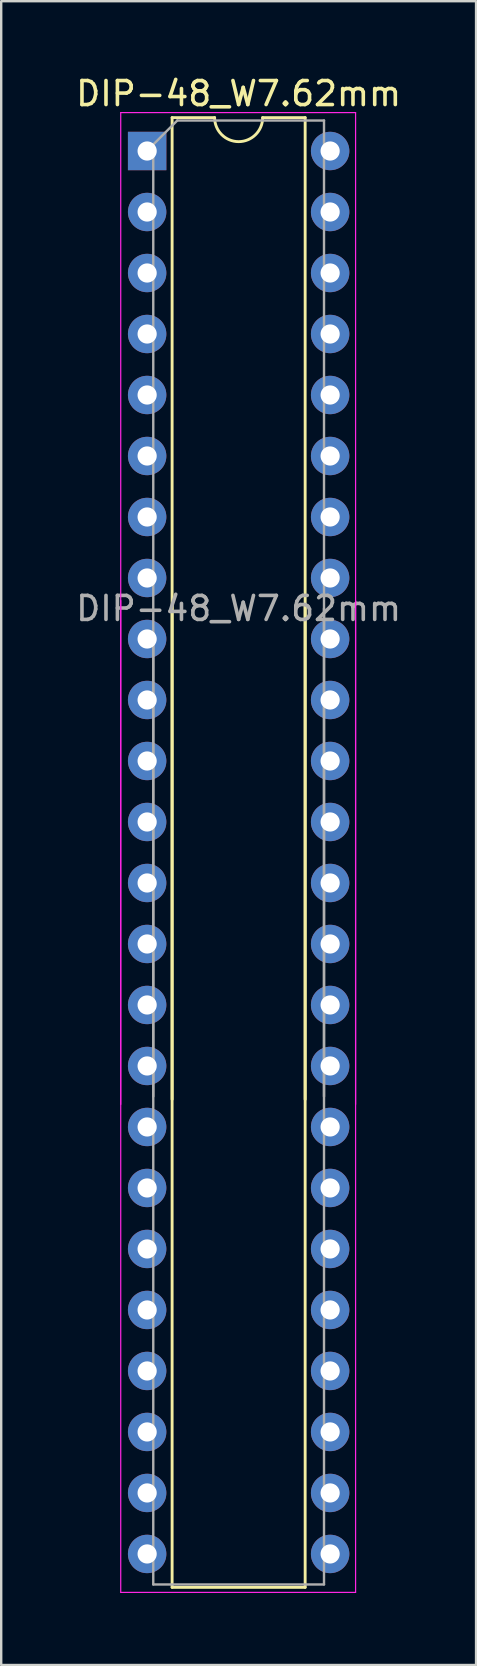
<source format=kicad_pcb>
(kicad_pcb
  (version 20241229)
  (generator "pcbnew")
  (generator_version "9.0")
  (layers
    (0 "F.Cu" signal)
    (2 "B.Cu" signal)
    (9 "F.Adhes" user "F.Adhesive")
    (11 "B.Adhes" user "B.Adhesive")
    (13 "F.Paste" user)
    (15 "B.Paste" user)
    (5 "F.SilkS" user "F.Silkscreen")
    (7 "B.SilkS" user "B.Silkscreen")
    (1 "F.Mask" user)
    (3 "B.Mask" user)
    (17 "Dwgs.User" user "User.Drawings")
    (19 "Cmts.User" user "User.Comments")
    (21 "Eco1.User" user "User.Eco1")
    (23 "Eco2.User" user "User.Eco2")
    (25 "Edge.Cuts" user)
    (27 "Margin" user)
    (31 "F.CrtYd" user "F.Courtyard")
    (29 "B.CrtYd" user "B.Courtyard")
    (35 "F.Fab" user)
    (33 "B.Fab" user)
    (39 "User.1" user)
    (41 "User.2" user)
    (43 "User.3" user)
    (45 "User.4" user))
  (footprint "DIP-48_W7.62mm"
    (layer "F.Cu")
    (at 3.077 3.238)
    (property "Reference" "DIP-48_W7.62mm" (at 3.81 -2.39 0) (layer "F.SilkS") (effects (font (size 1 1) (thickness 0.15))))
    (attr through_hole)
    (fp_line (start 1.04 -1.39) (end 1.04 39.49) (stroke (width 0.12) (type solid)) (layer "F.SilkS"))
    (fp_line (start 1.04 18.93) (end 1.04 59.81) (stroke (width 0.12) (type solid)) (layer "F.SilkS"))
    (fp_line (start 1.04 59.81) (end 6.58 59.81) (stroke (width 0.12) (type solid)) (layer "F.SilkS"))
    (fp_line (start 2.81 -1.39) (end 1.04 -1.39) (stroke (width 0.12) (type solid)) (layer "F.SilkS"))
    (fp_line (start 6.58 -1.39) (end 4.81 -1.39) (stroke (width 0.12) (type solid)) (layer "F.SilkS"))
    (fp_line (start 6.58 39.49) (end 6.58 -1.39) (stroke (width 0.12) (type solid)) (layer "F.SilkS"))
    (fp_line (start 6.58 59.81) (end 6.58 18.93) (stroke (width 0.12) (type solid)) (layer "F.SilkS"))
    (fp_arc (start 4.81 -1.39) (mid 3.81 -0.39) (end 2.81 -1.39) (stroke (width 0.12) (type solid)) (layer "F.SilkS"))
    (fp_line (start -1.1 -1.6) (end -1.1 39.7) (stroke (width 0.05) (type solid)) (layer "F.CrtYd"))
    (fp_line (start -1.1 18.72) (end -1.1 60.02) (stroke (width 0.05) (type solid)) (layer "F.CrtYd"))
    (fp_line (start -1.1 60.02) (end 8.68 60.02) (stroke (width 0.05) (type solid)) (layer "F.CrtYd"))
    (fp_line (start 8.68 -1.6) (end -1.1 -1.6) (stroke (width 0.05) (type solid)) (layer "F.CrtYd"))
    (fp_line (start 8.68 39.7) (end 8.68 -1.6) (stroke (width 0.05) (type solid)) (layer "F.CrtYd"))
    (fp_line (start 8.68 60.02) (end 8.68 18.72) (stroke (width 0.05) (type solid)) (layer "F.CrtYd"))
    (fp_line (start 0.255 -0.27) (end 1.255 -1.27) (stroke (width 0.1) (type solid)) (layer "F.Fab"))
    (fp_line (start 0.255 39.37) (end 0.255 -0.27) (stroke (width 0.1) (type solid)) (layer "F.Fab"))
    (fp_line (start 0.255 59.69) (end 0.255 20.05) (stroke (width 0.1) (type solid)) (layer "F.Fab"))
    (fp_line (start 1.255 -1.27) (end 7.365 -1.27) (stroke (width 0.1) (type solid)) (layer "F.Fab"))
    (fp_line (start 7.365 -1.27) (end 7.365 39.37) (stroke (width 0.1) (type solid)) (layer "F.Fab"))
    (fp_line (start 7.365 19.05) (end 7.365 59.69) (stroke (width 0.1) (type solid)) (layer "F.Fab"))
    (fp_line (start 7.365 59.69) (end 0.255 59.69) (stroke (width 0.1) (type solid)) (layer "F.Fab"))
    (fp_text user "${REFERENCE}" (at 3.81 19.05 0) (layer "F.Fab") (effects (font (size 1 1) (thickness 0.15))))
    (pad "1" thru_hole rect (at 0 0) (size 1.6 1.6) (drill 0.8) (layers "*.Cu" "*.Mask"))
    (pad "2" thru_hole oval (at 0 2.54) (size 1.6 1.6) (drill 0.8) (layers "*.Cu" "*.Mask"))
    (pad "3" thru_hole oval (at 0 5.08) (size 1.6 1.6) (drill 0.8) (layers "*.Cu" "*.Mask"))
    (pad "4" thru_hole oval (at 0 7.62) (size 1.6 1.6) (drill 0.8) (layers "*.Cu" "*.Mask"))
    (pad "5" thru_hole oval (at 0 10.16) (size 1.6 1.6) (drill 0.8) (layers "*.Cu" "*.Mask"))
    (pad "6" thru_hole oval (at 0 12.7) (size 1.6 1.6) (drill 0.8) (layers "*.Cu" "*.Mask"))
    (pad "7" thru_hole oval (at 0 15.24) (size 1.6 1.6) (drill 0.8) (layers "*.Cu" "*.Mask"))
    (pad "8" thru_hole oval (at 0 17.78) (size 1.6 1.6) (drill 0.8) (layers "*.Cu" "*.Mask"))
    (pad "9" thru_hole oval (at 0 20.32) (size 1.6 1.6) (drill 0.8) (layers "*.Cu" "*.Mask"))
    (pad "10" thru_hole oval (at 0 22.86) (size 1.6 1.6) (drill 0.8) (layers "*.Cu" "*.Mask"))
    (pad "11" thru_hole oval (at 0 25.4) (size 1.6 1.6) (drill 0.8) (layers "*.Cu" "*.Mask"))
    (pad "12" thru_hole oval (at 0 27.94) (size 1.6 1.6) (drill 0.8) (layers "*.Cu" "*.Mask"))
    (pad "13" thru_hole oval (at 0 30.48) (size 1.6 1.6) (drill 0.8) (layers "*.Cu" "*.Mask"))
    (pad "14" thru_hole oval (at 0 33.02) (size 1.6 1.6) (drill 0.8) (layers "*.Cu" "*.Mask"))
    (pad "15" thru_hole oval (at 0 35.56) (size 1.6 1.6) (drill 0.8) (layers "*.Cu" "*.Mask"))
    (pad "16" thru_hole oval (at 0 38.1) (size 1.6 1.6) (drill 0.8) (layers "*.Cu" "*.Mask"))
    (pad "17" thru_hole oval (at 0 40.64) (size 1.6 1.6) (drill 0.8) (layers "*.Cu" "*.Mask"))
    (pad "18" thru_hole oval (at 0 43.18) (size 1.6 1.6) (drill 0.8) (layers "*.Cu" "*.Mask"))
    (pad "19" thru_hole oval (at 0 45.72) (size 1.6 1.6) (drill 0.8) (layers "*.Cu" "*.Mask"))
    (pad "20" thru_hole oval (at 0 48.26) (size 1.6 1.6) (drill 0.8) (layers "*.Cu" "*.Mask"))
    (pad "21" thru_hole oval (at 0 50.8) (size 1.6 1.6) (drill 0.8) (layers "*.Cu" "*.Mask"))
    (pad "22" thru_hole oval (at 0 53.34) (size 1.6 1.6) (drill 0.8) (layers "*.Cu" "*.Mask"))
    (pad "23" thru_hole oval (at 0 55.88) (size 1.6 1.6) (drill 0.8) (layers "*.Cu" "*.Mask"))
    (pad "24" thru_hole oval (at 0 58.42) (size 1.6 1.6) (drill 0.8) (layers "*.Cu" "*.Mask"))
    (pad "25" thru_hole oval (at 7.62 58.42) (size 1.6 1.6) (drill 0.8) (layers "*.Cu" "*.Mask"))
    (pad "26" thru_hole oval (at 7.62 55.88) (size 1.6 1.6) (drill 0.8) (layers "*.Cu" "*.Mask"))
    (pad "27" thru_hole oval (at 7.62 53.34) (size 1.6 1.6) (drill 0.8) (layers "*.Cu" "*.Mask"))
    (pad "28" thru_hole oval (at 7.62 50.8) (size 1.6 1.6) (drill 0.8) (layers "*.Cu" "*.Mask"))
    (pad "29" thru_hole oval (at 7.62 48.26) (size 1.6 1.6) (drill 0.8) (layers "*.Cu" "*.Mask"))
    (pad "30" thru_hole oval (at 7.62 45.72) (size 1.6 1.6) (drill 0.8) (layers "*.Cu" "*.Mask"))
    (pad "31" thru_hole oval (at 7.62 43.18) (size 1.6 1.6) (drill 0.8) (layers "*.Cu" "*.Mask"))
    (pad "32" thru_hole oval (at 7.62 40.64) (size 1.6 1.6) (drill 0.8) (layers "*.Cu" "*.Mask"))
    (pad "33" thru_hole oval (at 7.62 38.1) (size 1.6 1.6) (drill 0.8) (layers "*.Cu" "*.Mask"))
    (pad "34" thru_hole oval (at 7.62 35.56) (size 1.6 1.6) (drill 0.8) (layers "*.Cu" "*.Mask"))
    (pad "35" thru_hole oval (at 7.62 33.02) (size 1.6 1.6) (drill 0.8) (layers "*.Cu" "*.Mask"))
    (pad "36" thru_hole oval (at 7.62 30.48) (size 1.6 1.6) (drill 0.8) (layers "*.Cu" "*.Mask"))
    (pad "37" thru_hole oval (at 7.62 27.94) (size 1.6 1.6) (drill 0.8) (layers "*.Cu" "*.Mask"))
    (pad "38" thru_hole oval (at 7.62 25.4) (size 1.6 1.6) (drill 0.8) (layers "*.Cu" "*.Mask"))
    (pad "39" thru_hole oval (at 7.62 22.86) (size 1.6 1.6) (drill 0.8) (layers "*.Cu" "*.Mask"))
    (pad "40" thru_hole oval (at 7.62 20.32) (size 1.6 1.6) (drill 0.8) (layers "*.Cu" "*.Mask"))
    (pad "41" thru_hole oval (at 7.62 17.78) (size 1.6 1.6) (drill 0.8) (layers "*.Cu" "*.Mask"))
    (pad "42" thru_hole oval (at 7.62 15.24) (size 1.6 1.6) (drill 0.8) (layers "*.Cu" "*.Mask"))
    (pad "43" thru_hole oval (at 7.62 12.7) (size 1.6 1.6) (drill 0.8) (layers "*.Cu" "*.Mask"))
    (pad "44" thru_hole oval (at 7.62 10.16) (size 1.6 1.6) (drill 0.8) (layers "*.Cu" "*.Mask"))
    (pad "45" thru_hole oval (at 7.62 7.62) (size 1.6 1.6) (drill 0.8) (layers "*.Cu" "*.Mask"))
    (pad "46" thru_hole oval (at 7.62 5.08) (size 1.6 1.6) (drill 0.8) (layers "*.Cu" "*.Mask"))
    (pad "47" thru_hole oval (at 7.62 2.54) (size 1.6 1.6) (drill 0.8) (layers "*.Cu" "*.Mask"))
    (pad "48" thru_hole oval (at 7.62 0) (size 1.6 1.6) (drill 0.8) (layers "*.Cu" "*.Mask")))
  (gr_rect
    (start -3 -3)
    (end 16.774 66.283)
    (stroke (width 0.1) (type default))
    (fill no)
    (layer "Edge.Cuts")))
</source>
